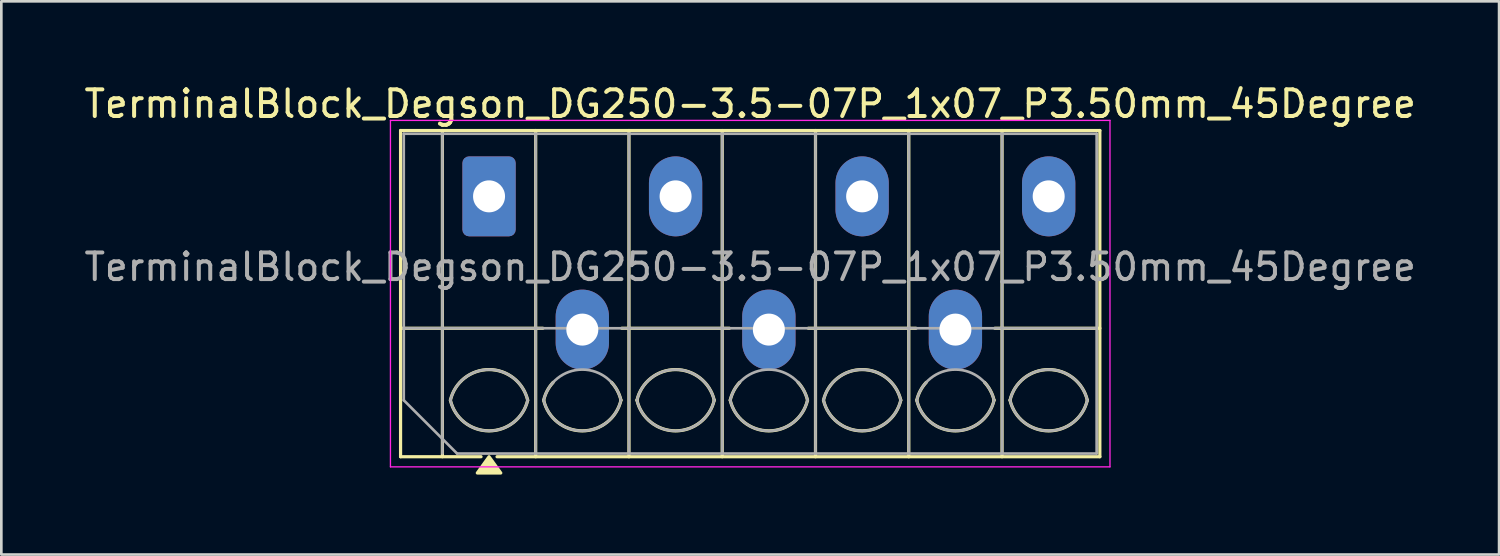
<source format=kicad_pcb>
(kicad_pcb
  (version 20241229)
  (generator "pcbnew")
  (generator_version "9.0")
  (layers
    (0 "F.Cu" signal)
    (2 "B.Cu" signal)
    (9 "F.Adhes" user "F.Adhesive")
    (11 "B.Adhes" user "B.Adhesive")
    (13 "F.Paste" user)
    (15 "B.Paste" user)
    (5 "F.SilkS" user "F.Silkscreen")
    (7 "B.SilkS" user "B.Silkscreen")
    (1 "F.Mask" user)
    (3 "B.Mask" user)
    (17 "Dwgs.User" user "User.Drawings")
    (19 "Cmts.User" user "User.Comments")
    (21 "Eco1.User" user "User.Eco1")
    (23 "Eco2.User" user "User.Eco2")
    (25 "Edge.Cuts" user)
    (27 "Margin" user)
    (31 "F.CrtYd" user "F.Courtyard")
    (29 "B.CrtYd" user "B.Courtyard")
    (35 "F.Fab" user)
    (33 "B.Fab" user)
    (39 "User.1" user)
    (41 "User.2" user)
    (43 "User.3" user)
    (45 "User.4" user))
  (footprint "TerminalBlock_Degson_DG250-3.5-07P_1x07_P3.50mm_45Degree"
    (layer "F.Cu")
    (at 15.301 4.318)
    (property "Reference" "TerminalBlock_Degson_DG250-3.5-07P_1x07_P3.50mm_45Degree" (at 9.8 -3.47 0) (layer "F.SilkS") (effects (font (size 1 1) (thickness 0.15))))
    (attr through_hole)
    (fp_line (start -3.32 -2.47) (end 22.92 -2.47) (stroke (width 0.12) (type solid)) (layer "F.SilkS"))
    (fp_line (start -3.32 4.95) (end 2.02 4.95) (stroke (width 0.12) (type solid)) (layer "F.SilkS"))
    (fp_line (start -3.32 9.77) (end -3.32 -2.47) (stroke (width 0.12) (type solid)) (layer "F.SilkS"))
    (fp_line (start -1.75 -2.47) (end -1.75 9.77) (stroke (width 0.12) (type solid)) (layer "F.SilkS"))
    (fp_line (start -0.3 9.77) (end -3.32 9.77) (stroke (width 0.12) (type solid)) (layer "F.SilkS"))
    (fp_line (start 1.75 -2.47) (end 1.75 9.77) (stroke (width 0.12) (type solid)) (layer "F.SilkS"))
    (fp_line (start 4.98 4.95) (end 9.02 4.95) (stroke (width 0.12) (type solid)) (layer "F.SilkS"))
    (fp_line (start 5.25 -2.47) (end 5.25 9.77) (stroke (width 0.12) (type solid)) (layer "F.SilkS"))
    (fp_line (start 8.75 -2.47) (end 8.75 9.77) (stroke (width 0.12) (type solid)) (layer "F.SilkS"))
    (fp_line (start 11.98 4.95) (end 16.02 4.95) (stroke (width 0.12) (type solid)) (layer "F.SilkS"))
    (fp_line (start 12.25 -2.47) (end 12.25 9.77) (stroke (width 0.12) (type solid)) (layer "F.SilkS"))
    (fp_line (start 15.75 -2.47) (end 15.75 9.77) (stroke (width 0.12) (type solid)) (layer "F.SilkS"))
    (fp_line (start 18.98 4.95) (end 22.92 4.95) (stroke (width 0.12) (type solid)) (layer "F.SilkS"))
    (fp_line (start 19.25 -2.47) (end 19.25 9.77) (stroke (width 0.12) (type solid)) (layer "F.SilkS"))
    (fp_line (start 22.92 -2.47) (end 22.92 9.77) (stroke (width 0.12) (type solid)) (layer "F.SilkS"))
    (fp_line (start 22.92 9.77) (end 0.3 9.77) (stroke (width 0.12) (type solid)) (layer "F.SilkS"))
    (fp_arc (start -1.45 7.65) (mid 0 6.5) (end 1.45 7.65) (stroke (width 0.12) (type solid)) (layer "F.SilkS"))
    (fp_arc (start 1.45 7.65) (mid 0 8.8) (end -1.45 7.65) (stroke (width 0.12) (type solid)) (layer "F.SilkS"))
    (fp_arc (start 2.05 7.65) (mid 2.18402 7.291962) (end 2.405 6.98) (stroke (width 0.12) (type solid)) (layer "F.SilkS"))
    (fp_arc (start 4.595 6.98) (mid 4.81598 7.291962) (end 4.95 7.65) (stroke (width 0.12) (type solid)) (layer "F.SilkS"))
    (fp_arc (start 4.95 7.65) (mid 3.5 8.8) (end 2.05 7.65) (stroke (width 0.12) (type solid)) (layer "F.SilkS"))
    (fp_arc (start 5.55 7.65) (mid 7 6.5) (end 8.45 7.65) (stroke (width 0.12) (type solid)) (layer "F.SilkS"))
    (fp_arc (start 8.45 7.65) (mid 7 8.8) (end 5.55 7.65) (stroke (width 0.12) (type solid)) (layer "F.SilkS"))
    (fp_arc (start 9.05 7.65) (mid 9.18402 7.291962) (end 9.405 6.98) (stroke (width 0.12) (type solid)) (layer "F.SilkS"))
    (fp_arc (start 11.595 6.98) (mid 11.81598 7.291962) (end 11.95 7.65) (stroke (width 0.12) (type solid)) (layer "F.SilkS"))
    (fp_arc (start 11.95 7.65) (mid 10.5 8.8) (end 9.05 7.65) (stroke (width 0.12) (type solid)) (layer "F.SilkS"))
    (fp_arc (start 12.55 7.65) (mid 14 6.5) (end 15.45 7.65) (stroke (width 0.12) (type solid)) (layer "F.SilkS"))
    (fp_arc (start 15.45 7.65) (mid 14 8.8) (end 12.55 7.65) (stroke (width 0.12) (type solid)) (layer "F.SilkS"))
    (fp_arc (start 16.05 7.65) (mid 16.18402 7.291962) (end 16.405 6.98) (stroke (width 0.12) (type solid)) (layer "F.SilkS"))
    (fp_arc (start 18.595 6.98) (mid 18.81598 7.291962) (end 18.95 7.65) (stroke (width 0.12) (type solid)) (layer "F.SilkS"))
    (fp_arc (start 18.95 7.65) (mid 17.5 8.8) (end 16.05 7.65) (stroke (width 0.12) (type solid)) (layer "F.SilkS"))
    (fp_arc (start 19.55 7.65) (mid 21 6.5) (end 22.45 7.65) (stroke (width 0.12) (type solid)) (layer "F.SilkS"))
    (fp_arc (start 22.45 7.65) (mid 21 8.8) (end 19.55 7.65) (stroke (width 0.12) (type solid)) (layer "F.SilkS"))
    (fp_poly (pts (xy 0 9.77) (xy 0.44 10.38) (xy -0.44 10.38)) (stroke (width 0.12) (type solid)) (fill yes) (layer "F.SilkS"))
    (fp_line (start -3.7 -2.85) (end -3.7 10.15) (stroke (width 0.05) (type solid)) (layer "F.CrtYd"))
    (fp_line (start -3.7 10.15) (end 23.3 10.15) (stroke (width 0.05) (type solid)) (layer "F.CrtYd"))
    (fp_line (start 23.3 -2.85) (end -3.7 -2.85) (stroke (width 0.05) (type solid)) (layer "F.CrtYd"))
    (fp_line (start 23.3 10.15) (end 23.3 -2.85) (stroke (width 0.05) (type solid)) (layer "F.CrtYd"))
    (fp_line (start -3.2 -2.35) (end 22.8 -2.35) (stroke (width 0.1) (type solid)) (layer "F.Fab"))
    (fp_line (start -3.2 4.95) (end 22.8 4.95) (stroke (width 0.1) (type solid)) (layer "F.Fab"))
    (fp_line (start -3.2 7.65) (end -3.2 -2.35) (stroke (width 0.1) (type solid)) (layer "F.Fab"))
    (fp_line (start -1.75 -2.35) (end -1.75 9.65) (stroke (width 0.1) (type solid)) (layer "F.Fab"))
    (fp_line (start -1.2 9.65) (end -3.2 7.65) (stroke (width 0.1) (type solid)) (layer "F.Fab"))
    (fp_line (start 1.75 -2.35) (end 1.75 9.65) (stroke (width 0.1) (type solid)) (layer "F.Fab"))
    (fp_line (start 5.25 -2.35) (end 5.25 9.65) (stroke (width 0.1) (type solid)) (layer "F.Fab"))
    (fp_line (start 8.75 -2.35) (end 8.75 9.65) (stroke (width 0.1) (type solid)) (layer "F.Fab"))
    (fp_line (start 12.25 -2.35) (end 12.25 9.65) (stroke (width 0.1) (type solid)) (layer "F.Fab"))
    (fp_line (start 15.75 -2.35) (end 15.75 9.65) (stroke (width 0.1) (type solid)) (layer "F.Fab"))
    (fp_line (start 19.25 -2.35) (end 19.25 9.65) (stroke (width 0.1) (type solid)) (layer "F.Fab"))
    (fp_line (start 22.8 -2.35) (end 22.8 9.65) (stroke (width 0.1) (type solid)) (layer "F.Fab"))
    (fp_line (start 22.8 9.65) (end -1.2 9.65) (stroke (width 0.1) (type solid)) (layer "F.Fab"))
    (fp_arc (start -1.45 7.65) (mid 0 6.5) (end 1.45 7.65) (stroke (width 0.1) (type solid)) (layer "F.Fab"))
    (fp_arc (start 1.45 7.65) (mid 0 8.8) (end -1.45 7.65) (stroke (width 0.1) (type solid)) (layer "F.Fab"))
    (fp_arc (start 2.05 7.65) (mid 3.5 6.5) (end 4.95 7.65) (stroke (width 0.1) (type solid)) (layer "F.Fab"))
    (fp_arc (start 4.95 7.65) (mid 3.5 8.8) (end 2.05 7.65) (stroke (width 0.1) (type solid)) (layer "F.Fab"))
    (fp_arc (start 5.55 7.65) (mid 7 6.5) (end 8.45 7.65) (stroke (width 0.1) (type solid)) (layer "F.Fab"))
    (fp_arc (start 8.45 7.65) (mid 7 8.8) (end 5.55 7.65) (stroke (width 0.1) (type solid)) (layer "F.Fab"))
    (fp_arc (start 9.05 7.65) (mid 10.5 6.5) (end 11.95 7.65) (stroke (width 0.1) (type solid)) (layer "F.Fab"))
    (fp_arc (start 11.95 7.65) (mid 10.5 8.8) (end 9.05 7.65) (stroke (width 0.1) (type solid)) (layer "F.Fab"))
    (fp_arc (start 12.55 7.65) (mid 14 6.5) (end 15.45 7.65) (stroke (width 0.1) (type solid)) (layer "F.Fab"))
    (fp_arc (start 15.45 7.65) (mid 14 8.8) (end 12.55 7.65) (stroke (width 0.1) (type solid)) (layer "F.Fab"))
    (fp_arc (start 16.05 7.65) (mid 17.5 6.5) (end 18.95 7.65) (stroke (width 0.1) (type solid)) (layer "F.Fab"))
    (fp_arc (start 18.95 7.65) (mid 17.5 8.8) (end 16.05 7.65) (stroke (width 0.1) (type solid)) (layer "F.Fab"))
    (fp_arc (start 19.55 7.65) (mid 21 6.5) (end 22.45 7.65) (stroke (width 0.1) (type solid)) (layer "F.Fab"))
    (fp_arc (start 22.45 7.65) (mid 21 8.8) (end 19.55 7.65) (stroke (width 0.1) (type solid)) (layer "F.Fab"))
    (fp_text user "${REFERENCE}" (at 9.8 2.65 0) (layer "F.Fab") (effects (font (size 1 1) (thickness 0.15))))
    (pad "1" thru_hole roundrect (at 0 0) (size 2 3) (drill 1.2) (layers "*.Cu" "*.Mask") (roundrect_rratio 0.125))
    (pad "2" thru_hole oval (at 3.5 5) (size 2 3) (drill 1.2) (layers "*.Cu" "*.Mask"))
    (pad "3" thru_hole oval (at 7 0) (size 2 3) (drill 1.2) (layers "*.Cu" "*.Mask"))
    (pad "4" thru_hole oval (at 10.5 5) (size 2 3) (drill 1.2) (layers "*.Cu" "*.Mask"))
    (pad "5" thru_hole oval (at 14 0) (size 2 3) (drill 1.2) (layers "*.Cu" "*.Mask"))
    (pad "6" thru_hole oval (at 17.5 5) (size 2 3) (drill 1.2) (layers "*.Cu" "*.Mask"))
    (pad "7" thru_hole oval (at 21 0) (size 2 3) (drill 1.2) (layers "*.Cu" "*.Mask")))
  (gr_rect
    (start -3 -3)
    (end 53.202 17.758)
    (stroke (width 0.1) (type default))
    (fill no)
    (layer "Edge.Cuts")))
</source>
